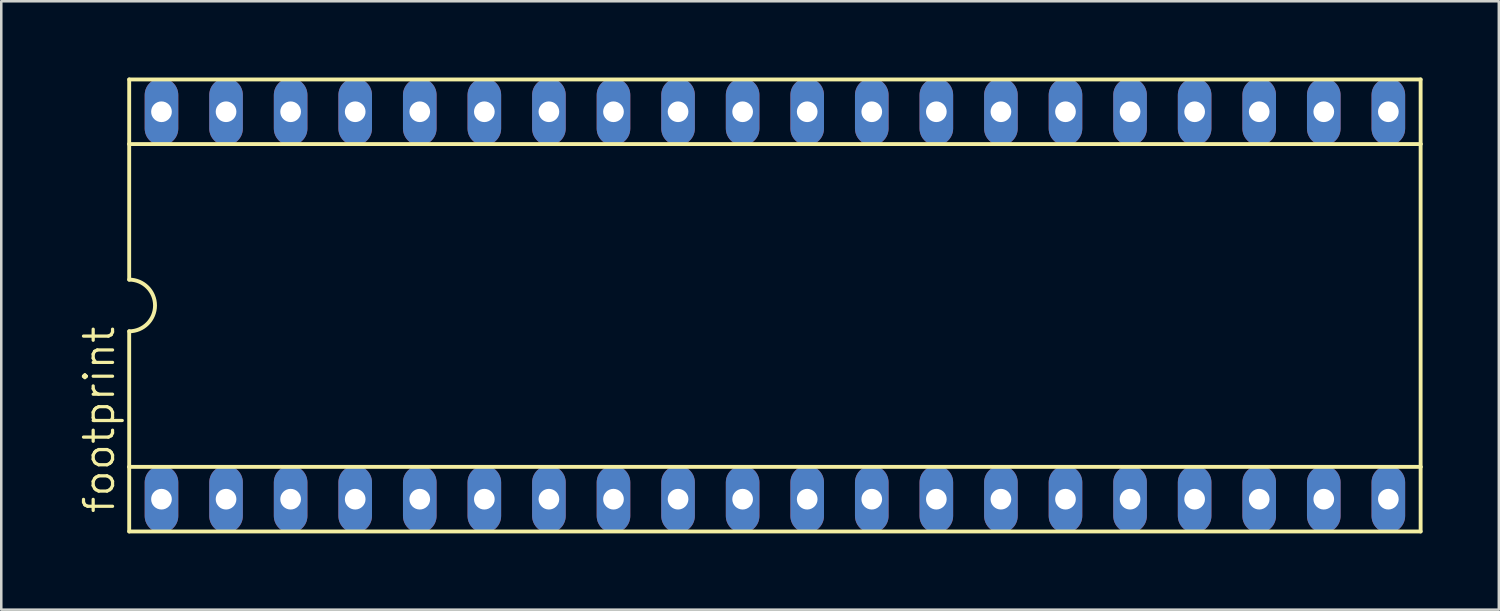
<source format=kicad_pcb>
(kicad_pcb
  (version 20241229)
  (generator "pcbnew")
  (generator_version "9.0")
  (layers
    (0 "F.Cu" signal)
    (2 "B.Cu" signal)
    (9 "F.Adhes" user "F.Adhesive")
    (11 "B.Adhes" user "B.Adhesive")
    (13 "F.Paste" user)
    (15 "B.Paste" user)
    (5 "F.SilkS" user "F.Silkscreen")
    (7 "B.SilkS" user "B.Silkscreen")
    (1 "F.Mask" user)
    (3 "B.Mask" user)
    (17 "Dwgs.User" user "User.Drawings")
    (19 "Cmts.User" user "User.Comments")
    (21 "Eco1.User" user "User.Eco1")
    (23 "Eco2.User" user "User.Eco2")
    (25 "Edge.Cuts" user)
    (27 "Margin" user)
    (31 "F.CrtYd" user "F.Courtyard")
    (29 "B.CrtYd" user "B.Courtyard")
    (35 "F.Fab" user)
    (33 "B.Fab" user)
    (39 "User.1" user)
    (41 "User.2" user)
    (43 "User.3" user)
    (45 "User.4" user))
  (footprint "footprint"
    (layer "F.Cu")
    (at 27.432 8.966)
    (property "Reference" "footprint" (at -25.908 8.255 90) (layer "F.SilkS") (effects (font (size 1.143 1.143) (thickness 0.127)) (justify left bottom)))
    (fp_line (start -25.4 -8.89) (end -25.4 -6.35) (stroke (width 0.152) (type solid)) (layer "F.SilkS"))
    (fp_line (start -25.4 -6.35) (end -25.4 -1.016) (stroke (width 0.152) (type solid)) (layer "F.SilkS"))
    (fp_line (start -25.4 -6.35) (end 25.4 -6.35) (stroke (width 0.152) (type solid)) (layer "F.SilkS"))
    (fp_line (start -25.4 6.35) (end -25.4 1.016) (stroke (width 0.152) (type solid)) (layer "F.SilkS"))
    (fp_line (start -25.4 6.35) (end 25.4 6.35) (stroke (width 0.152) (type solid)) (layer "F.SilkS"))
    (fp_line (start -25.4 8.89) (end -25.4 6.35) (stroke (width 0.152) (type solid)) (layer "F.SilkS"))
    (fp_line (start -25.4 8.89) (end 25.4 8.89) (stroke (width 0.152) (type solid)) (layer "F.SilkS"))
    (fp_line (start 25.4 -8.89) (end -25.4 -8.89) (stroke (width 0.152) (type solid)) (layer "F.SilkS"))
    (fp_line (start 25.4 -8.89) (end 25.4 -6.35) (stroke (width 0.152) (type solid)) (layer "F.SilkS"))
    (fp_line (start 25.4 -6.35) (end 25.4 6.35) (stroke (width 0.152) (type solid)) (layer "F.SilkS"))
    (fp_line (start 25.4 6.35) (end 25.4 8.89) (stroke (width 0.152) (type solid)) (layer "F.SilkS"))
    (fp_arc (start -25.4 -1.016) (mid -24.384 0) (end -25.4 1.016) (stroke (width 0.1524) (type solid)) (layer "F.SilkS"))
    (pad "1" thru_hole oval (at -24.13 7.62 90) (size 2.642 1.321) (drill 0.813) (layers "*.Cu" "*.Mask"))
    (pad "2" thru_hole oval (at -21.59 7.62 90) (size 2.642 1.321) (drill 0.813) (layers "*.Cu" "*.Mask"))
    (pad "3" thru_hole oval (at -19.05 7.62 90) (size 2.642 1.321) (drill 0.813) (layers "*.Cu" "*.Mask"))
    (pad "4" thru_hole oval (at -16.51 7.62 90) (size 2.642 1.321) (drill 0.813) (layers "*.Cu" "*.Mask"))
    (pad "5" thru_hole oval (at -13.97 7.62 90) (size 2.642 1.321) (drill 0.813) (layers "*.Cu" "*.Mask"))
    (pad "6" thru_hole oval (at -11.43 7.62 90) (size 2.642 1.321) (drill 0.813) (layers "*.Cu" "*.Mask"))
    (pad "7" thru_hole oval (at -8.89 7.62 90) (size 2.642 1.321) (drill 0.813) (layers "*.Cu" "*.Mask"))
    (pad "8" thru_hole oval (at -6.35 7.62 90) (size 2.642 1.321) (drill 0.813) (layers "*.Cu" "*.Mask"))
    (pad "9" thru_hole oval (at -3.81 7.62 90) (size 2.642 1.321) (drill 0.813) (layers "*.Cu" "*.Mask"))
    (pad "10" thru_hole oval (at -1.27 7.62 90) (size 2.642 1.321) (drill 0.813) (layers "*.Cu" "*.Mask"))
    (pad "11" thru_hole oval (at 1.27 7.62 90) (size 2.642 1.321) (drill 0.813) (layers "*.Cu" "*.Mask"))
    (pad "12" thru_hole oval (at 3.81 7.62 90) (size 2.642 1.321) (drill 0.813) (layers "*.Cu" "*.Mask"))
    (pad "13" thru_hole oval (at 6.35 7.62 90) (size 2.642 1.321) (drill 0.813) (layers "*.Cu" "*.Mask"))
    (pad "14" thru_hole oval (at 8.89 7.62 90) (size 2.642 1.321) (drill 0.813) (layers "*.Cu" "*.Mask"))
    (pad "15" thru_hole oval (at 11.43 7.62 90) (size 2.642 1.321) (drill 0.813) (layers "*.Cu" "*.Mask"))
    (pad "16" thru_hole oval (at 13.97 7.62 90) (size 2.642 1.321) (drill 0.813) (layers "*.Cu" "*.Mask"))
    (pad "17" thru_hole oval (at 16.51 7.62 90) (size 2.642 1.321) (drill 0.813) (layers "*.Cu" "*.Mask"))
    (pad "18" thru_hole oval (at 19.05 7.62 90) (size 2.642 1.321) (drill 0.813) (layers "*.Cu" "*.Mask"))
    (pad "19" thru_hole oval (at 21.59 7.62 90) (size 2.642 1.321) (drill 0.813) (layers "*.Cu" "*.Mask"))
    (pad "20" thru_hole oval (at 24.13 7.62 90) (size 2.642 1.321) (drill 0.813) (layers "*.Cu" "*.Mask"))
    (pad "21" thru_hole oval (at 24.13 -7.62 90) (size 2.642 1.321) (drill 0.813) (layers "*.Cu" "*.Mask"))
    (pad "22" thru_hole oval (at 21.59 -7.62 90) (size 2.642 1.321) (drill 0.813) (layers "*.Cu" "*.Mask"))
    (pad "23" thru_hole oval (at 19.05 -7.62 90) (size 2.642 1.321) (drill 0.813) (layers "*.Cu" "*.Mask"))
    (pad "24" thru_hole oval (at 16.51 -7.62 90) (size 2.642 1.321) (drill 0.813) (layers "*.Cu" "*.Mask"))
    (pad "25" thru_hole oval (at 13.97 -7.62 90) (size 2.642 1.321) (drill 0.813) (layers "*.Cu" "*.Mask"))
    (pad "26" thru_hole oval (at 11.43 -7.62 90) (size 2.642 1.321) (drill 0.813) (layers "*.Cu" "*.Mask"))
    (pad "27" thru_hole oval (at 8.89 -7.62 90) (size 2.642 1.321) (drill 0.813) (layers "*.Cu" "*.Mask"))
    (pad "28" thru_hole oval (at 6.35 -7.62 90) (size 2.642 1.321) (drill 0.813) (layers "*.Cu" "*.Mask"))
    (pad "29" thru_hole oval (at 3.81 -7.62 90) (size 2.642 1.321) (drill 0.813) (layers "*.Cu" "*.Mask"))
    (pad "30" thru_hole oval (at 1.27 -7.62 90) (size 2.642 1.321) (drill 0.813) (layers "*.Cu" "*.Mask"))
    (pad "31" thru_hole oval (at -1.27 -7.62 90) (size 2.642 1.321) (drill 0.813) (layers "*.Cu" "*.Mask"))
    (pad "32" thru_hole oval (at -3.81 -7.62 90) (size 2.642 1.321) (drill 0.813) (layers "*.Cu" "*.Mask"))
    (pad "33" thru_hole oval (at -6.35 -7.62 90) (size 2.642 1.321) (drill 0.813) (layers "*.Cu" "*.Mask"))
    (pad "34" thru_hole oval (at -8.89 -7.62 90) (size 2.642 1.321) (drill 0.813) (layers "*.Cu" "*.Mask"))
    (pad "35" thru_hole oval (at -11.43 -7.62 90) (size 2.642 1.321) (drill 0.813) (layers "*.Cu" "*.Mask"))
    (pad "36" thru_hole oval (at -13.97 -7.62 90) (size 2.642 1.321) (drill 0.813) (layers "*.Cu" "*.Mask"))
    (pad "37" thru_hole oval (at -16.51 -7.62 90) (size 2.642 1.321) (drill 0.813) (layers "*.Cu" "*.Mask"))
    (pad "38" thru_hole oval (at -19.05 -7.62 90) (size 2.642 1.321) (drill 0.813) (layers "*.Cu" "*.Mask"))
    (pad "39" thru_hole oval (at -21.59 -7.62 90) (size 2.642 1.321) (drill 0.813) (layers "*.Cu" "*.Mask"))
    (pad "40" thru_hole oval (at -24.13 -7.62 90) (size 2.642 1.321) (drill 0.813) (layers "*.Cu" "*.Mask")))
  (gr_rect
    (start -3 -3)
    (end 55.908 20.932)
    (stroke (width 0.1) (type default))
    (fill no)
    (layer "Edge.Cuts")))
</source>
